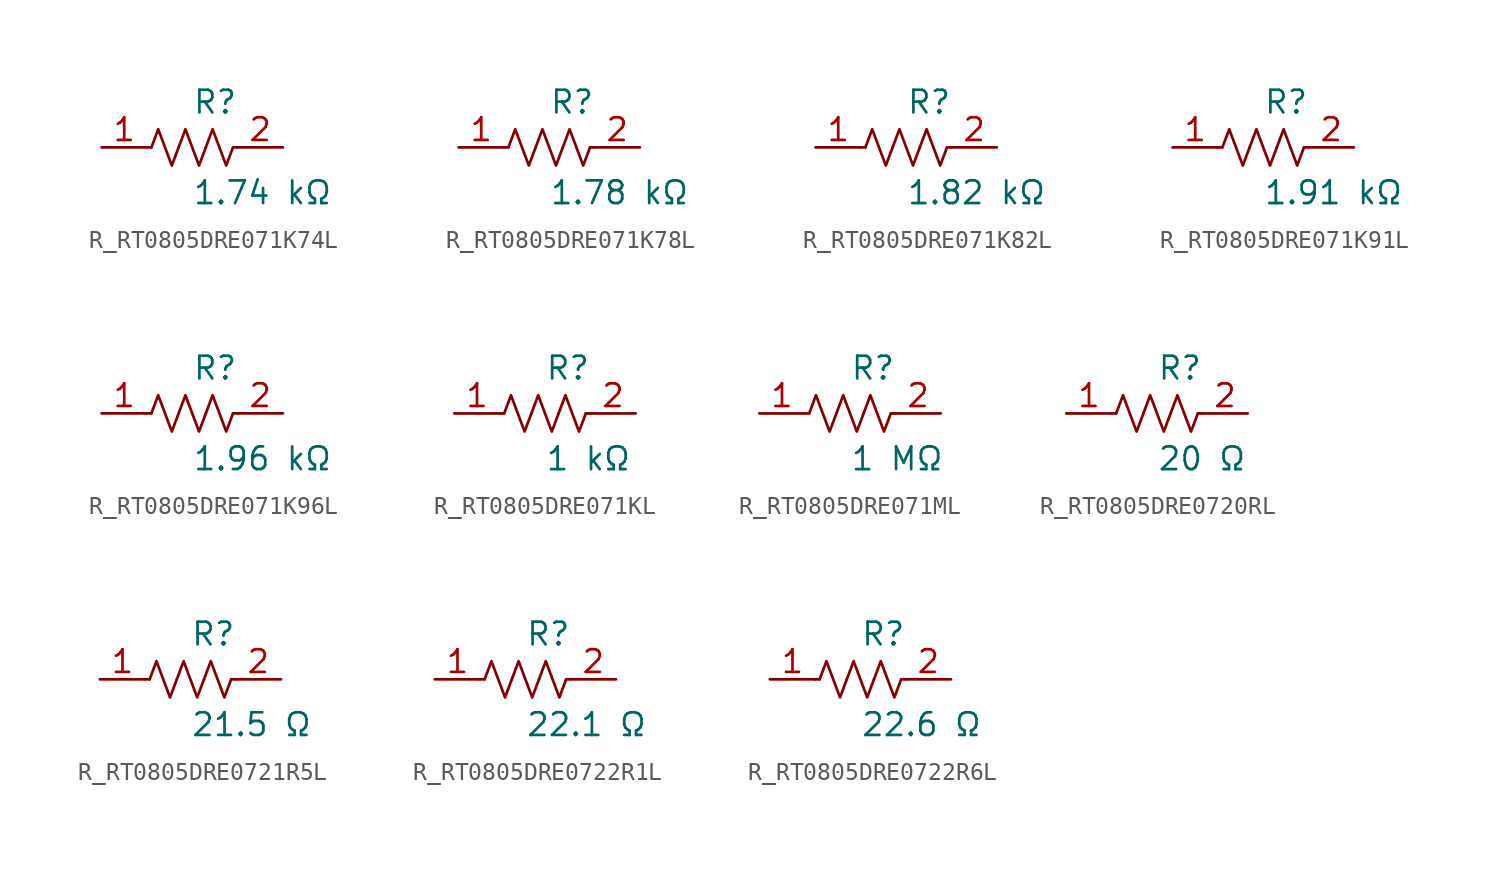
<source format=kicad_sym>
(kicad_symbol_lib
  (version 20231120)
  (generator kicad_symbol_editor)
  (generator_version 8.0)
  (symbol "R_RT0805DRE071K74L"
    (pin_names
      (offset 0.254))
    (property "Reference" "R"
      (at 0.0 2.54 0)
      (effects (font (size 1.27 1.27)) (justify left)))
    (property "Value" "1.74 kΩ"
      (at 0.0 -2.54 0)
      (effects (font (size 1.27 1.27)) (justify left)))
    (symbol "R_RT0805DRE071K74L_0_1"
      (polyline (pts (xy 2.286 0) (xy 2.54 0)) (stroke (width 0) (type default)) (fill (type none)))
      (polyline (pts (xy -2.286 0) (xy -2.54 0)) (stroke (width 0) (type default)) (fill (type none)))
      (polyline (pts (xy 0.762 0) (xy 1.143 1.016) (xy 1.524 0) (xy 1.905 -1.016) (xy 2.286 0)) (stroke (width 0) (type default)) (fill (type none)))
      (polyline (pts (xy -0.762 0) (xy -0.381 1.016) (xy 0 0) (xy 0.381 -1.016) (xy 0.762 0)) (stroke (width 0) (type default)) (fill (type none)))
      (polyline (pts (xy -2.286 0) (xy -1.905 1.016) (xy -1.524 0) (xy -1.143 -1.016) (xy -0.762 0)) (stroke (width 0) (type default)) (fill (type none))))
    (pin unspecified line
      (at -5.08 0 0)
      (length 2.54)
      (name "" (effects (font (size 1.27 1.27))))
      (number "1" (effects (font (size 1.27 1.27)))))
    (pin unspecified line
      (at 5.08 0 180)
      (length 2.54)
      (name "" (effects (font (size 1.27 1.27))))
      (number "2" (effects (font (size 1.27 1.27))))))
  (symbol "R_RT0805DRE071K78L"
    (pin_names
      (offset 0.254))
    (property "Reference" "R"
      (at 0.0 2.54 0)
      (effects (font (size 1.27 1.27)) (justify left)))
    (property "Value" "1.78 kΩ"
      (at 0.0 -2.54 0)
      (effects (font (size 1.27 1.27)) (justify left)))
    (symbol "R_RT0805DRE071K78L_0_1"
      (polyline (pts (xy 2.286 0) (xy 2.54 0)) (stroke (width 0) (type default)) (fill (type none)))
      (polyline (pts (xy -2.286 0) (xy -2.54 0)) (stroke (width 0) (type default)) (fill (type none)))
      (polyline (pts (xy 0.762 0) (xy 1.143 1.016) (xy 1.524 0) (xy 1.905 -1.016) (xy 2.286 0)) (stroke (width 0) (type default)) (fill (type none)))
      (polyline (pts (xy -0.762 0) (xy -0.381 1.016) (xy 0 0) (xy 0.381 -1.016) (xy 0.762 0)) (stroke (width 0) (type default)) (fill (type none)))
      (polyline (pts (xy -2.286 0) (xy -1.905 1.016) (xy -1.524 0) (xy -1.143 -1.016) (xy -0.762 0)) (stroke (width 0) (type default)) (fill (type none))))
    (pin unspecified line
      (at -5.08 0 0)
      (length 2.54)
      (name "" (effects (font (size 1.27 1.27))))
      (number "1" (effects (font (size 1.27 1.27)))))
    (pin unspecified line
      (at 5.08 0 180)
      (length 2.54)
      (name "" (effects (font (size 1.27 1.27))))
      (number "2" (effects (font (size 1.27 1.27))))))
  (symbol "R_RT0805DRE071K82L"
    (pin_names
      (offset 0.254))
    (property "Reference" "R"
      (at 0.0 2.54 0)
      (effects (font (size 1.27 1.27)) (justify left)))
    (property "Value" "1.82 kΩ"
      (at 0.0 -2.54 0)
      (effects (font (size 1.27 1.27)) (justify left)))
    (symbol "R_RT0805DRE071K82L_0_1"
      (polyline (pts (xy 2.286 0) (xy 2.54 0)) (stroke (width 0) (type default)) (fill (type none)))
      (polyline (pts (xy -2.286 0) (xy -2.54 0)) (stroke (width 0) (type default)) (fill (type none)))
      (polyline (pts (xy 0.762 0) (xy 1.143 1.016) (xy 1.524 0) (xy 1.905 -1.016) (xy 2.286 0)) (stroke (width 0) (type default)) (fill (type none)))
      (polyline (pts (xy -0.762 0) (xy -0.381 1.016) (xy 0 0) (xy 0.381 -1.016) (xy 0.762 0)) (stroke (width 0) (type default)) (fill (type none)))
      (polyline (pts (xy -2.286 0) (xy -1.905 1.016) (xy -1.524 0) (xy -1.143 -1.016) (xy -0.762 0)) (stroke (width 0) (type default)) (fill (type none))))
    (pin unspecified line
      (at -5.08 0 0)
      (length 2.54)
      (name "" (effects (font (size 1.27 1.27))))
      (number "1" (effects (font (size 1.27 1.27)))))
    (pin unspecified line
      (at 5.08 0 180)
      (length 2.54)
      (name "" (effects (font (size 1.27 1.27))))
      (number "2" (effects (font (size 1.27 1.27))))))
  (symbol "R_RT0805DRE071K91L"
    (pin_names
      (offset 0.254))
    (property "Reference" "R"
      (at 0.0 2.54 0)
      (effects (font (size 1.27 1.27)) (justify left)))
    (property "Value" "1.91 kΩ"
      (at 0.0 -2.54 0)
      (effects (font (size 1.27 1.27)) (justify left)))
    (symbol "R_RT0805DRE071K91L_0_1"
      (polyline (pts (xy 2.286 0) (xy 2.54 0)) (stroke (width 0) (type default)) (fill (type none)))
      (polyline (pts (xy -2.286 0) (xy -2.54 0)) (stroke (width 0) (type default)) (fill (type none)))
      (polyline (pts (xy 0.762 0) (xy 1.143 1.016) (xy 1.524 0) (xy 1.905 -1.016) (xy 2.286 0)) (stroke (width 0) (type default)) (fill (type none)))
      (polyline (pts (xy -0.762 0) (xy -0.381 1.016) (xy 0 0) (xy 0.381 -1.016) (xy 0.762 0)) (stroke (width 0) (type default)) (fill (type none)))
      (polyline (pts (xy -2.286 0) (xy -1.905 1.016) (xy -1.524 0) (xy -1.143 -1.016) (xy -0.762 0)) (stroke (width 0) (type default)) (fill (type none))))
    (pin unspecified line
      (at -5.08 0 0)
      (length 2.54)
      (name "" (effects (font (size 1.27 1.27))))
      (number "1" (effects (font (size 1.27 1.27)))))
    (pin unspecified line
      (at 5.08 0 180)
      (length 2.54)
      (name "" (effects (font (size 1.27 1.27))))
      (number "2" (effects (font (size 1.27 1.27))))))
  (symbol "R_RT0805DRE071K96L"
    (pin_names
      (offset 0.254))
    (property "Reference" "R"
      (at 0.0 2.54 0)
      (effects (font (size 1.27 1.27)) (justify left)))
    (property "Value" "1.96 kΩ"
      (at 0.0 -2.54 0)
      (effects (font (size 1.27 1.27)) (justify left)))
    (symbol "R_RT0805DRE071K96L_0_1"
      (polyline (pts (xy 2.286 0) (xy 2.54 0)) (stroke (width 0) (type default)) (fill (type none)))
      (polyline (pts (xy -2.286 0) (xy -2.54 0)) (stroke (width 0) (type default)) (fill (type none)))
      (polyline (pts (xy 0.762 0) (xy 1.143 1.016) (xy 1.524 0) (xy 1.905 -1.016) (xy 2.286 0)) (stroke (width 0) (type default)) (fill (type none)))
      (polyline (pts (xy -0.762 0) (xy -0.381 1.016) (xy 0 0) (xy 0.381 -1.016) (xy 0.762 0)) (stroke (width 0) (type default)) (fill (type none)))
      (polyline (pts (xy -2.286 0) (xy -1.905 1.016) (xy -1.524 0) (xy -1.143 -1.016) (xy -0.762 0)) (stroke (width 0) (type default)) (fill (type none))))
    (pin unspecified line
      (at -5.08 0 0)
      (length 2.54)
      (name "" (effects (font (size 1.27 1.27))))
      (number "1" (effects (font (size 1.27 1.27)))))
    (pin unspecified line
      (at 5.08 0 180)
      (length 2.54)
      (name "" (effects (font (size 1.27 1.27))))
      (number "2" (effects (font (size 1.27 1.27))))))
  (symbol "R_RT0805DRE071KL"
    (pin_names
      (offset 0.254))
    (property "Reference" "R"
      (at 0.0 2.54 0)
      (effects (font (size 1.27 1.27)) (justify left)))
    (property "Value" "1 kΩ"
      (at 0.0 -2.54 0)
      (effects (font (size 1.27 1.27)) (justify left)))
    (symbol "R_RT0805DRE071KL_0_1"
      (polyline (pts (xy 2.286 0) (xy 2.54 0)) (stroke (width 0) (type default)) (fill (type none)))
      (polyline (pts (xy -2.286 0) (xy -2.54 0)) (stroke (width 0) (type default)) (fill (type none)))
      (polyline (pts (xy 0.762 0) (xy 1.143 1.016) (xy 1.524 0) (xy 1.905 -1.016) (xy 2.286 0)) (stroke (width 0) (type default)) (fill (type none)))
      (polyline (pts (xy -0.762 0) (xy -0.381 1.016) (xy 0 0) (xy 0.381 -1.016) (xy 0.762 0)) (stroke (width 0) (type default)) (fill (type none)))
      (polyline (pts (xy -2.286 0) (xy -1.905 1.016) (xy -1.524 0) (xy -1.143 -1.016) (xy -0.762 0)) (stroke (width 0) (type default)) (fill (type none))))
    (pin unspecified line
      (at -5.08 0 0)
      (length 2.54)
      (name "" (effects (font (size 1.27 1.27))))
      (number "1" (effects (font (size 1.27 1.27)))))
    (pin unspecified line
      (at 5.08 0 180)
      (length 2.54)
      (name "" (effects (font (size 1.27 1.27))))
      (number "2" (effects (font (size 1.27 1.27))))))
  (symbol "R_RT0805DRE071ML"
    (pin_names
      (offset 0.254))
    (property "Reference" "R"
      (at 0.0 2.54 0)
      (effects (font (size 1.27 1.27)) (justify left)))
    (property "Value" "1 MΩ"
      (at 0.0 -2.54 0)
      (effects (font (size 1.27 1.27)) (justify left)))
    (symbol "R_RT0805DRE071ML_0_1"
      (polyline (pts (xy 2.286 0) (xy 2.54 0)) (stroke (width 0) (type default)) (fill (type none)))
      (polyline (pts (xy -2.286 0) (xy -2.54 0)) (stroke (width 0) (type default)) (fill (type none)))
      (polyline (pts (xy 0.762 0) (xy 1.143 1.016) (xy 1.524 0) (xy 1.905 -1.016) (xy 2.286 0)) (stroke (width 0) (type default)) (fill (type none)))
      (polyline (pts (xy -0.762 0) (xy -0.381 1.016) (xy 0 0) (xy 0.381 -1.016) (xy 0.762 0)) (stroke (width 0) (type default)) (fill (type none)))
      (polyline (pts (xy -2.286 0) (xy -1.905 1.016) (xy -1.524 0) (xy -1.143 -1.016) (xy -0.762 0)) (stroke (width 0) (type default)) (fill (type none))))
    (pin unspecified line
      (at -5.08 0 0)
      (length 2.54)
      (name "" (effects (font (size 1.27 1.27))))
      (number "1" (effects (font (size 1.27 1.27)))))
    (pin unspecified line
      (at 5.08 0 180)
      (length 2.54)
      (name "" (effects (font (size 1.27 1.27))))
      (number "2" (effects (font (size 1.27 1.27))))))
  (symbol "R_RT0805DRE0720RL"
    (pin_names
      (offset 0.254))
    (property "Reference" "R"
      (at 0.0 2.54 0)
      (effects (font (size 1.27 1.27)) (justify left)))
    (property "Value" "20 Ω"
      (at 0.0 -2.54 0)
      (effects (font (size 1.27 1.27)) (justify left)))
    (symbol "R_RT0805DRE0720RL_0_1"
      (polyline (pts (xy 2.286 0) (xy 2.54 0)) (stroke (width 0) (type default)) (fill (type none)))
      (polyline (pts (xy -2.286 0) (xy -2.54 0)) (stroke (width 0) (type default)) (fill (type none)))
      (polyline (pts (xy 0.762 0) (xy 1.143 1.016) (xy 1.524 0) (xy 1.905 -1.016) (xy 2.286 0)) (stroke (width 0) (type default)) (fill (type none)))
      (polyline (pts (xy -0.762 0) (xy -0.381 1.016) (xy 0 0) (xy 0.381 -1.016) (xy 0.762 0)) (stroke (width 0) (type default)) (fill (type none)))
      (polyline (pts (xy -2.286 0) (xy -1.905 1.016) (xy -1.524 0) (xy -1.143 -1.016) (xy -0.762 0)) (stroke (width 0) (type default)) (fill (type none))))
    (pin unspecified line
      (at -5.08 0 0)
      (length 2.54)
      (name "" (effects (font (size 1.27 1.27))))
      (number "1" (effects (font (size 1.27 1.27)))))
    (pin unspecified line
      (at 5.08 0 180)
      (length 2.54)
      (name "" (effects (font (size 1.27 1.27))))
      (number "2" (effects (font (size 1.27 1.27))))))
  (symbol "R_RT0805DRE0721R5L"
    (pin_names
      (offset 0.254))
    (property "Reference" "R"
      (at 0.0 2.54 0)
      (effects (font (size 1.27 1.27)) (justify left)))
    (property "Value" "21.5 Ω"
      (at 0.0 -2.54 0)
      (effects (font (size 1.27 1.27)) (justify left)))
    (symbol "R_RT0805DRE0721R5L_0_1"
      (polyline (pts (xy 2.286 0) (xy 2.54 0)) (stroke (width 0) (type default)) (fill (type none)))
      (polyline (pts (xy -2.286 0) (xy -2.54 0)) (stroke (width 0) (type default)) (fill (type none)))
      (polyline (pts (xy 0.762 0) (xy 1.143 1.016) (xy 1.524 0) (xy 1.905 -1.016) (xy 2.286 0)) (stroke (width 0) (type default)) (fill (type none)))
      (polyline (pts (xy -0.762 0) (xy -0.381 1.016) (xy 0 0) (xy 0.381 -1.016) (xy 0.762 0)) (stroke (width 0) (type default)) (fill (type none)))
      (polyline (pts (xy -2.286 0) (xy -1.905 1.016) (xy -1.524 0) (xy -1.143 -1.016) (xy -0.762 0)) (stroke (width 0) (type default)) (fill (type none))))
    (pin unspecified line
      (at -5.08 0 0)
      (length 2.54)
      (name "" (effects (font (size 1.27 1.27))))
      (number "1" (effects (font (size 1.27 1.27)))))
    (pin unspecified line
      (at 5.08 0 180)
      (length 2.54)
      (name "" (effects (font (size 1.27 1.27))))
      (number "2" (effects (font (size 1.27 1.27))))))
  (symbol "R_RT0805DRE0722R1L"
    (pin_names
      (offset 0.254))
    (property "Reference" "R"
      (at 0.0 2.54 0)
      (effects (font (size 1.27 1.27)) (justify left)))
    (property "Value" "22.1 Ω"
      (at 0.0 -2.54 0)
      (effects (font (size 1.27 1.27)) (justify left)))
    (symbol "R_RT0805DRE0722R1L_0_1"
      (polyline (pts (xy 2.286 0) (xy 2.54 0)) (stroke (width 0) (type default)) (fill (type none)))
      (polyline (pts (xy -2.286 0) (xy -2.54 0)) (stroke (width 0) (type default)) (fill (type none)))
      (polyline (pts (xy 0.762 0) (xy 1.143 1.016) (xy 1.524 0) (xy 1.905 -1.016) (xy 2.286 0)) (stroke (width 0) (type default)) (fill (type none)))
      (polyline (pts (xy -0.762 0) (xy -0.381 1.016) (xy 0 0) (xy 0.381 -1.016) (xy 0.762 0)) (stroke (width 0) (type default)) (fill (type none)))
      (polyline (pts (xy -2.286 0) (xy -1.905 1.016) (xy -1.524 0) (xy -1.143 -1.016) (xy -0.762 0)) (stroke (width 0) (type default)) (fill (type none))))
    (pin unspecified line
      (at -5.08 0 0)
      (length 2.54)
      (name "" (effects (font (size 1.27 1.27))))
      (number "1" (effects (font (size 1.27 1.27)))))
    (pin unspecified line
      (at 5.08 0 180)
      (length 2.54)
      (name "" (effects (font (size 1.27 1.27))))
      (number "2" (effects (font (size 1.27 1.27))))))
  (symbol "R_RT0805DRE0722R6L"
    (pin_names
      (offset 0.254))
    (property "Reference" "R"
      (at 0.0 2.54 0)
      (effects (font (size 1.27 1.27)) (justify left)))
    (property "Value" "22.6 Ω"
      (at 0.0 -2.54 0)
      (effects (font (size 1.27 1.27)) (justify left)))
    (symbol "R_RT0805DRE0722R6L_0_1"
      (polyline (pts (xy 2.286 0) (xy 2.54 0)) (stroke (width 0) (type default)) (fill (type none)))
      (polyline (pts (xy -2.286 0) (xy -2.54 0)) (stroke (width 0) (type default)) (fill (type none)))
      (polyline (pts (xy 0.762 0) (xy 1.143 1.016) (xy 1.524 0) (xy 1.905 -1.016) (xy 2.286 0)) (stroke (width 0) (type default)) (fill (type none)))
      (polyline (pts (xy -0.762 0) (xy -0.381 1.016) (xy 0 0) (xy 0.381 -1.016) (xy 0.762 0)) (stroke (width 0) (type default)) (fill (type none)))
      (polyline (pts (xy -2.286 0) (xy -1.905 1.016) (xy -1.524 0) (xy -1.143 -1.016) (xy -0.762 0)) (stroke (width 0) (type default)) (fill (type none))))
    (pin unspecified line
      (at -5.08 0 0)
      (length 2.54)
      (name "" (effects (font (size 1.27 1.27))))
      (number "1" (effects (font (size 1.27 1.27)))))
    (pin unspecified line
      (at 5.08 0 180)
      (length 2.54)
      (name "" (effects (font (size 1.27 1.27))))
      (number "2" (effects (font (size 1.27 1.27)))))))
</source>
